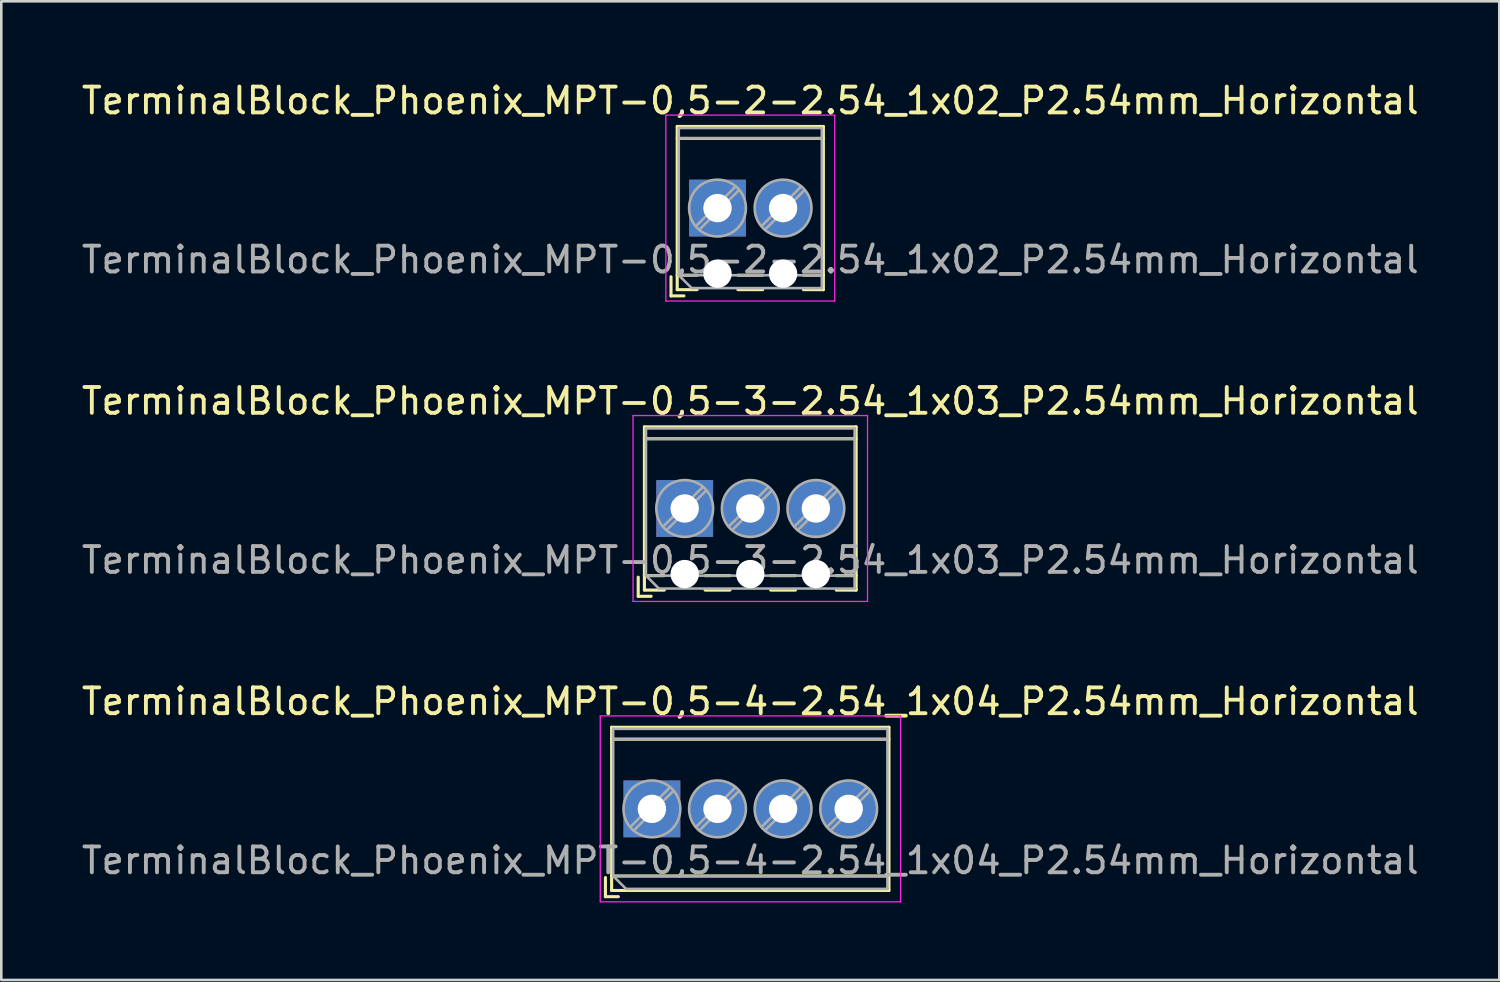
<source format=kicad_pcb>
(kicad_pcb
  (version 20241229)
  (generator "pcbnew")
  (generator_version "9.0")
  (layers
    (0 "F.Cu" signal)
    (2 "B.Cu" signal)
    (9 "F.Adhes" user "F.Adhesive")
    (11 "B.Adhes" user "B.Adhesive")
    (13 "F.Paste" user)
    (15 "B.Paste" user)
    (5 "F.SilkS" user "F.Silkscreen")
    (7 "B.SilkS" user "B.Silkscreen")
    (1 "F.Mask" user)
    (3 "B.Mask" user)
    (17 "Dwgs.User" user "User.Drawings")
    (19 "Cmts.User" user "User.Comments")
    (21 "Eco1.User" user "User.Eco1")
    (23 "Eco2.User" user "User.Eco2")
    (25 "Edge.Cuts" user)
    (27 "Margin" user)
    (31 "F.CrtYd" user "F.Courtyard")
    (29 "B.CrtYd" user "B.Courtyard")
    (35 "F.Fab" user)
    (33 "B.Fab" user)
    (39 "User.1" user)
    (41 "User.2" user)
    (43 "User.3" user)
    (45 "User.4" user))
  (footprint "TerminalBlock_Phoenix_MPT-0,5-4-2.54_1x04_P2.54mm_Horizontal"
    (layer "F.Cu")
    (at 22.196 28.275)
    (property "Reference" "TerminalBlock_Phoenix_MPT-0,5-4-2.54_1x04_P2.54mm_Horizontal" (at 3.81 -4.16 0) (layer "F.SilkS") (effects (font (size 1 1) (thickness 0.15))))
    (attr through_hole)
    (fp_line (start -1.8 2.66) (end -1.8 3.4) (stroke (width 0.12) (type solid)) (layer "F.SilkS"))
    (fp_line (start -1.8 3.4) (end -1.3 3.4) (stroke (width 0.12) (type solid)) (layer "F.SilkS"))
    (fp_line (start -1.56 -3.16) (end -1.56 3.16) (stroke (width 0.12) (type solid)) (layer "F.SilkS"))
    (fp_line (start -1.56 -3.16) (end 9.18 -3.16) (stroke (width 0.12) (type solid)) (layer "F.SilkS"))
    (fp_line (start -1.56 -2.7) (end 9.18 -2.7) (stroke (width 0.12) (type solid)) (layer "F.SilkS"))
    (fp_line (start -1.56 2.6) (end 9.18 2.6) (stroke (width 0.12) (type solid)) (layer "F.SilkS"))
    (fp_line (start -1.56 3.16) (end 9.18 3.16) (stroke (width 0.12) (type solid)) (layer "F.SilkS"))
    (fp_line (start 9.18 -3.16) (end 9.18 3.16) (stroke (width 0.12) (type solid)) (layer "F.SilkS"))
    (fp_line (start -2 -3.6) (end -2 3.6) (stroke (width 0.05) (type solid)) (layer "F.CrtYd"))
    (fp_line (start -2 3.6) (end 9.63 3.6) (stroke (width 0.05) (type solid)) (layer "F.CrtYd"))
    (fp_line (start 9.63 -3.6) (end -2 -3.6) (stroke (width 0.05) (type solid)) (layer "F.CrtYd"))
    (fp_line (start 9.63 3.6) (end 9.63 -3.6) (stroke (width 0.05) (type solid)) (layer "F.CrtYd"))
    (fp_line (start -1.5 -3.1) (end 9.12 -3.1) (stroke (width 0.1) (type solid)) (layer "F.Fab"))
    (fp_line (start -1.5 -2.7) (end 9.12 -2.7) (stroke (width 0.1) (type solid)) (layer "F.Fab"))
    (fp_line (start -1.5 2.6) (end -1.5 -3.1) (stroke (width 0.1) (type solid)) (layer "F.Fab"))
    (fp_line (start -1.5 2.6) (end 9.12 2.6) (stroke (width 0.1) (type solid)) (layer "F.Fab"))
    (fp_line (start -1 3.1) (end -1.5 2.6) (stroke (width 0.1) (type solid)) (layer "F.Fab"))
    (fp_line (start 0.701 -0.835) (end -0.835 0.7) (stroke (width 0.1) (type solid)) (layer "F.Fab"))
    (fp_line (start 0.835 -0.7) (end -0.701 0.835) (stroke (width 0.1) (type solid)) (layer "F.Fab"))
    (fp_line (start 3.241 -0.835) (end 1.706 0.7) (stroke (width 0.1) (type solid)) (layer "F.Fab"))
    (fp_line (start 3.375 -0.7) (end 1.84 0.835) (stroke (width 0.1) (type solid)) (layer "F.Fab"))
    (fp_line (start 5.781 -0.835) (end 4.246 0.7) (stroke (width 0.1) (type solid)) (layer "F.Fab"))
    (fp_line (start 5.915 -0.7) (end 4.38 0.835) (stroke (width 0.1) (type solid)) (layer "F.Fab"))
    (fp_line (start 8.321 -0.835) (end 6.786 0.7) (stroke (width 0.1) (type solid)) (layer "F.Fab"))
    (fp_line (start 8.455 -0.7) (end 6.92 0.835) (stroke (width 0.1) (type solid)) (layer "F.Fab"))
    (fp_line (start 9.12 -3.1) (end 9.12 3.1) (stroke (width 0.1) (type solid)) (layer "F.Fab"))
    (fp_line (start 9.12 3.1) (end -1 3.1) (stroke (width 0.1) (type solid)) (layer "F.Fab"))
    (fp_circle (center 0 0) (end 1.1 0) (stroke (width 0.1) (type solid)) (fill no) (layer "F.Fab"))
    (fp_circle (center 2.54 0) (end 3.64 0) (stroke (width 0.1) (type solid)) (fill no) (layer "F.Fab"))
    (fp_circle (center 5.08 0) (end 6.18 0) (stroke (width 0.1) (type solid)) (fill no) (layer "F.Fab"))
    (fp_circle (center 7.62 0) (end 8.72 0) (stroke (width 0.1) (type solid)) (fill no) (layer "F.Fab"))
    (fp_text user "${REFERENCE}" (at 3.81 2 0) (layer "F.Fab") (effects (font (size 1 1) (thickness 0.15))))
    (pad "1" thru_hole rect (at 0 0) (size 2.2 2.2) (drill 1.1) (layers "*.Cu" "*.Mask"))
    (pad "2" thru_hole circle (at 2.54 0) (size 2.2 2.2) (drill 1.1) (layers "*.Cu" "*.Mask"))
    (pad "3" thru_hole circle (at 5.08 0) (size 2.2 2.2) (drill 1.1) (layers "*.Cu" "*.Mask"))
    (pad "4" thru_hole circle (at 7.62 0) (size 2.2 2.2) (drill 1.1) (layers "*.Cu" "*.Mask")))
  (footprint "TerminalBlock_Phoenix_MPT-0,5-3-2.54_1x03_P2.54mm_Horizontal"
    (layer "F.Cu")
    (at 23.466 16.642)
    (property "Reference" "TerminalBlock_Phoenix_MPT-0,5-3-2.54_1x03_P2.54mm_Horizontal" (at 2.54 -4.16 0) (layer "F.SilkS") (effects (font (size 1 1) (thickness 0.15))))
    (attr through_hole)
    (fp_line (start -1.8 2.66) (end -1.8 3.4) (stroke (width 0.12) (type solid)) (layer "F.SilkS"))
    (fp_line (start -1.8 3.4) (end -1.3 3.4) (stroke (width 0.12) (type solid)) (layer "F.SilkS"))
    (fp_line (start -1.56 -3.16) (end -1.56 3.16) (stroke (width 0.12) (type solid)) (layer "F.SilkS"))
    (fp_line (start -1.56 -3.16) (end 6.64 -3.16) (stroke (width 0.12) (type solid)) (layer "F.SilkS"))
    (fp_line (start -1.56 -2.7) (end 6.64 -2.7) (stroke (width 0.12) (type solid)) (layer "F.SilkS"))
    (fp_line (start -1.56 2.6) (end -0.79 2.6) (stroke (width 0.12) (type solid)) (layer "F.SilkS"))
    (fp_line (start -1.56 3.16) (end -0.79 3.16) (stroke (width 0.12) (type solid)) (layer "F.SilkS"))
    (fp_line (start 0.79 2.6) (end 1.75 2.6) (stroke (width 0.12) (type solid)) (layer "F.SilkS"))
    (fp_line (start 0.79 3.16) (end 1.75 3.16) (stroke (width 0.12) (type solid)) (layer "F.SilkS"))
    (fp_line (start 3.33 2.6) (end 4.29 2.6) (stroke (width 0.12) (type solid)) (layer "F.SilkS"))
    (fp_line (start 3.33 3.16) (end 4.29 3.16) (stroke (width 0.12) (type solid)) (layer "F.SilkS"))
    (fp_line (start 5.87 2.6) (end 6.64 2.6) (stroke (width 0.12) (type solid)) (layer "F.SilkS"))
    (fp_line (start 5.87 3.16) (end 6.64 3.16) (stroke (width 0.12) (type solid)) (layer "F.SilkS"))
    (fp_line (start 6.64 -3.16) (end 6.64 3.16) (stroke (width 0.12) (type solid)) (layer "F.SilkS"))
    (fp_line (start -2 -3.6) (end -2 3.6) (stroke (width 0.05) (type solid)) (layer "F.CrtYd"))
    (fp_line (start -2 3.6) (end 7.08 3.6) (stroke (width 0.05) (type solid)) (layer "F.CrtYd"))
    (fp_line (start 7.08 -3.6) (end -2 -3.6) (stroke (width 0.05) (type solid)) (layer "F.CrtYd"))
    (fp_line (start 7.08 3.6) (end 7.08 -3.6) (stroke (width 0.05) (type solid)) (layer "F.CrtYd"))
    (fp_line (start -1.5 -3.1) (end 6.58 -3.1) (stroke (width 0.1) (type solid)) (layer "F.Fab"))
    (fp_line (start -1.5 -2.7) (end 6.58 -2.7) (stroke (width 0.1) (type solid)) (layer "F.Fab"))
    (fp_line (start -1.5 2.6) (end -1.5 -3.1) (stroke (width 0.1) (type solid)) (layer "F.Fab"))
    (fp_line (start -1.5 2.6) (end 6.58 2.6) (stroke (width 0.1) (type solid)) (layer "F.Fab"))
    (fp_line (start -1 3.1) (end -1.5 2.6) (stroke (width 0.1) (type solid)) (layer "F.Fab"))
    (fp_line (start 0.701 -0.835) (end -0.835 0.7) (stroke (width 0.1) (type solid)) (layer "F.Fab"))
    (fp_line (start 0.835 -0.7) (end -0.701 0.835) (stroke (width 0.1) (type solid)) (layer "F.Fab"))
    (fp_line (start 3.241 -0.835) (end 1.706 0.7) (stroke (width 0.1) (type solid)) (layer "F.Fab"))
    (fp_line (start 3.375 -0.7) (end 1.84 0.835) (stroke (width 0.1) (type solid)) (layer "F.Fab"))
    (fp_line (start 5.781 -0.835) (end 4.246 0.7) (stroke (width 0.1) (type solid)) (layer "F.Fab"))
    (fp_line (start 5.915 -0.7) (end 4.38 0.835) (stroke (width 0.1) (type solid)) (layer "F.Fab"))
    (fp_line (start 6.58 -3.1) (end 6.58 3.1) (stroke (width 0.1) (type solid)) (layer "F.Fab"))
    (fp_line (start 6.58 3.1) (end -1 3.1) (stroke (width 0.1) (type solid)) (layer "F.Fab"))
    (fp_circle (center 0 0) (end 1.1 0) (stroke (width 0.1) (type solid)) (fill no) (layer "F.Fab"))
    (fp_circle (center 2.54 0) (end 3.64 0) (stroke (width 0.1) (type solid)) (fill no) (layer "F.Fab"))
    (fp_circle (center 5.08 0) (end 6.18 0) (stroke (width 0.1) (type solid)) (fill no) (layer "F.Fab"))
    (fp_text user "${REFERENCE}" (at 2.54 2 0) (layer "F.Fab") (effects (font (size 1 1) (thickness 0.15))))
    (pad "" np_thru_hole circle (at 0 2.54) (size 1.1 1.1) (drill 1.1) (layers "*.Cu" "*.Mask"))
    (pad "" np_thru_hole circle (at 2.54 2.54) (size 1.1 1.1) (drill 1.1) (layers "*.Cu" "*.Mask"))
    (pad "" np_thru_hole circle (at 5.08 2.54) (size 1.1 1.1) (drill 1.1) (layers "*.Cu" "*.Mask"))
    (pad "1" thru_hole rect (at 0 0) (size 2.2 2.2) (drill 1.1) (layers "*.Cu" "*.Mask"))
    (pad "2" thru_hole circle (at 2.54 0) (size 2.2 2.2) (drill 1.1) (layers "*.Cu" "*.Mask"))
    (pad "3" thru_hole circle (at 5.08 0) (size 2.2 2.2) (drill 1.1) (layers "*.Cu" "*.Mask")))
  (footprint "TerminalBlock_Phoenix_MPT-0,5-2-2.54_1x02_P2.54mm_Horizontal"
    (layer "F.Cu")
    (at 24.736 5.008)
    (property "Reference" "TerminalBlock_Phoenix_MPT-0,5-2-2.54_1x02_P2.54mm_Horizontal" (at 1.27 -4.16 0) (layer "F.SilkS") (effects (font (size 1 1) (thickness 0.15))))
    (attr through_hole)
    (fp_line (start -1.8 2.66) (end -1.8 3.4) (stroke (width 0.12) (type solid)) (layer "F.SilkS"))
    (fp_line (start -1.8 3.4) (end -1.3 3.4) (stroke (width 0.12) (type solid)) (layer "F.SilkS"))
    (fp_line (start -1.56 -3.16) (end -1.56 3.16) (stroke (width 0.12) (type solid)) (layer "F.SilkS"))
    (fp_line (start -1.56 -3.16) (end 4.1 -3.16) (stroke (width 0.12) (type solid)) (layer "F.SilkS"))
    (fp_line (start -1.56 -2.7) (end 4.1 -2.7) (stroke (width 0.12) (type solid)) (layer "F.SilkS"))
    (fp_line (start -1.56 2.6) (end -0.79 2.6) (stroke (width 0.12) (type solid)) (layer "F.SilkS"))
    (fp_line (start -1.56 3.16) (end -0.79 3.16) (stroke (width 0.12) (type solid)) (layer "F.SilkS"))
    (fp_line (start 0.79 2.6) (end 1.75 2.6) (stroke (width 0.12) (type solid)) (layer "F.SilkS"))
    (fp_line (start 0.79 3.16) (end 1.75 3.16) (stroke (width 0.12) (type solid)) (layer "F.SilkS"))
    (fp_line (start 3.33 2.6) (end 4.1 2.6) (stroke (width 0.12) (type solid)) (layer "F.SilkS"))
    (fp_line (start 3.33 3.16) (end 4.1 3.16) (stroke (width 0.12) (type solid)) (layer "F.SilkS"))
    (fp_line (start 4.1 -3.16) (end 4.1 3.16) (stroke (width 0.12) (type solid)) (layer "F.SilkS"))
    (fp_line (start -2 -3.6) (end -2 3.6) (stroke (width 0.05) (type solid)) (layer "F.CrtYd"))
    (fp_line (start -2 3.6) (end 4.54 3.6) (stroke (width 0.05) (type solid)) (layer "F.CrtYd"))
    (fp_line (start 4.54 -3.6) (end -2 -3.6) (stroke (width 0.05) (type solid)) (layer "F.CrtYd"))
    (fp_line (start 4.54 3.6) (end 4.54 -3.6) (stroke (width 0.05) (type solid)) (layer "F.CrtYd"))
    (fp_line (start -1.5 -3.1) (end 4.04 -3.1) (stroke (width 0.1) (type solid)) (layer "F.Fab"))
    (fp_line (start -1.5 -2.7) (end 4.04 -2.7) (stroke (width 0.1) (type solid)) (layer "F.Fab"))
    (fp_line (start -1.5 2.6) (end -1.5 -3.1) (stroke (width 0.1) (type solid)) (layer "F.Fab"))
    (fp_line (start -1.5 2.6) (end 4.04 2.6) (stroke (width 0.1) (type solid)) (layer "F.Fab"))
    (fp_line (start -1 3.1) (end -1.5 2.6) (stroke (width 0.1) (type solid)) (layer "F.Fab"))
    (fp_line (start 0.701 -0.835) (end -0.835 0.7) (stroke (width 0.1) (type solid)) (layer "F.Fab"))
    (fp_line (start 0.835 -0.7) (end -0.701 0.835) (stroke (width 0.1) (type solid)) (layer "F.Fab"))
    (fp_line (start 3.241 -0.835) (end 1.706 0.7) (stroke (width 0.1) (type solid)) (layer "F.Fab"))
    (fp_line (start 3.375 -0.7) (end 1.84 0.835) (stroke (width 0.1) (type solid)) (layer "F.Fab"))
    (fp_line (start 4.04 -3.1) (end 4.04 3.1) (stroke (width 0.1) (type solid)) (layer "F.Fab"))
    (fp_line (start 4.04 3.1) (end -1 3.1) (stroke (width 0.1) (type solid)) (layer "F.Fab"))
    (fp_circle (center 0 0) (end 1.1 0) (stroke (width 0.1) (type solid)) (fill no) (layer "F.Fab"))
    (fp_circle (center 2.54 0) (end 3.64 0) (stroke (width 0.1) (type solid)) (fill no) (layer "F.Fab"))
    (fp_text user "${REFERENCE}" (at 1.27 2 0) (layer "F.Fab") (effects (font (size 1 1) (thickness 0.15))))
    (pad "" np_thru_hole circle (at 0 2.54) (size 1.1 1.1) (drill 1.1) (layers "*.Cu" "*.Mask"))
    (pad "" np_thru_hole circle (at 2.54 2.54) (size 1.1 1.1) (drill 1.1) (layers "*.Cu" "*.Mask"))
    (pad "1" thru_hole rect (at 0 0) (size 2.2 2.2) (drill 1.1) (layers "*.Cu" "*.Mask"))
    (pad "2" thru_hole circle (at 2.54 0) (size 2.2 2.2) (drill 1.1) (layers "*.Cu" "*.Mask")))
  (gr_rect
    (start -3 -3)
    (end 55.012 34.9)
    (stroke (width 0.1) (type default))
    (fill no)
    (layer "Edge.Cuts")))
</source>
